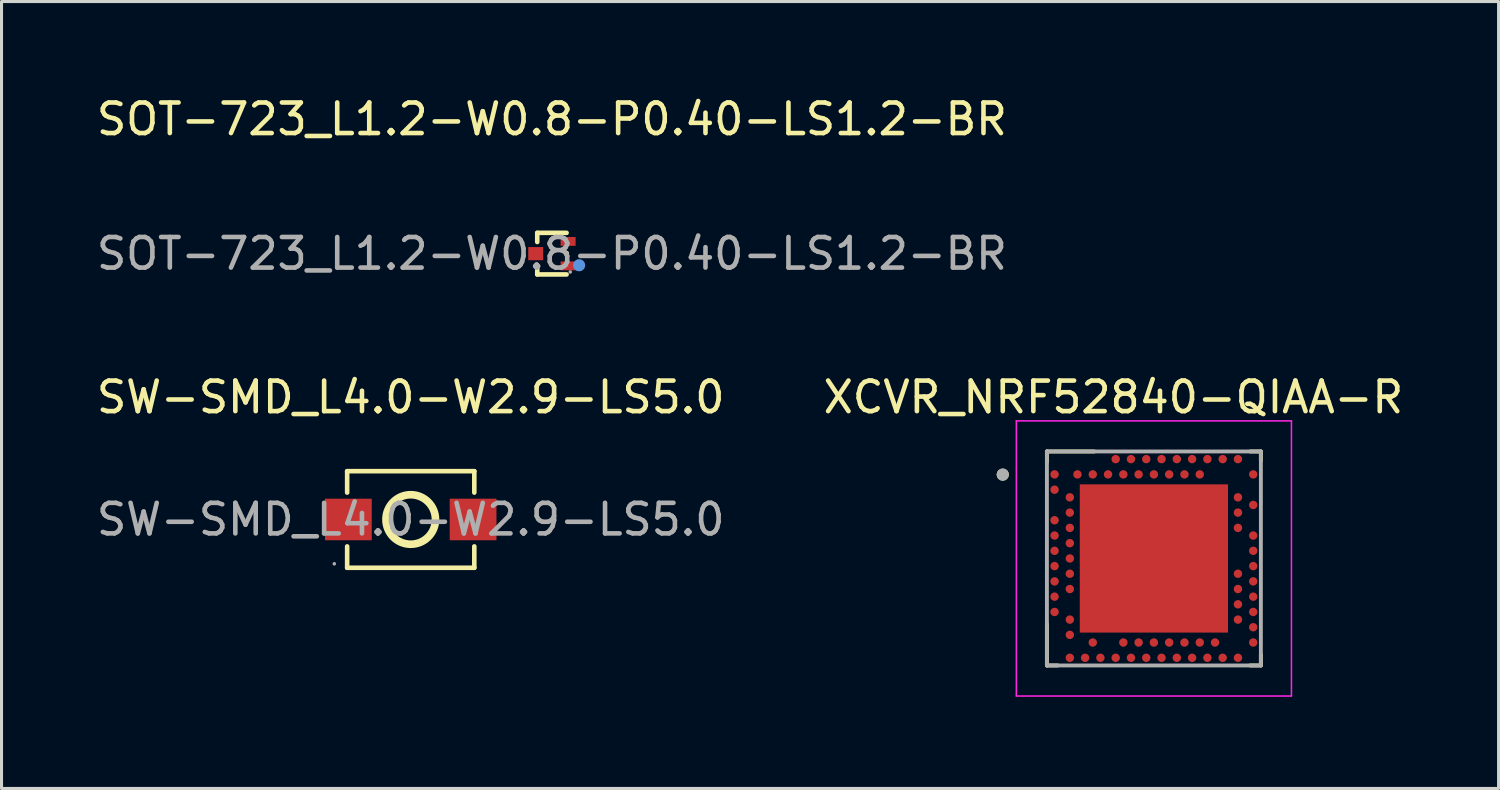
<source format=kicad_pcb>
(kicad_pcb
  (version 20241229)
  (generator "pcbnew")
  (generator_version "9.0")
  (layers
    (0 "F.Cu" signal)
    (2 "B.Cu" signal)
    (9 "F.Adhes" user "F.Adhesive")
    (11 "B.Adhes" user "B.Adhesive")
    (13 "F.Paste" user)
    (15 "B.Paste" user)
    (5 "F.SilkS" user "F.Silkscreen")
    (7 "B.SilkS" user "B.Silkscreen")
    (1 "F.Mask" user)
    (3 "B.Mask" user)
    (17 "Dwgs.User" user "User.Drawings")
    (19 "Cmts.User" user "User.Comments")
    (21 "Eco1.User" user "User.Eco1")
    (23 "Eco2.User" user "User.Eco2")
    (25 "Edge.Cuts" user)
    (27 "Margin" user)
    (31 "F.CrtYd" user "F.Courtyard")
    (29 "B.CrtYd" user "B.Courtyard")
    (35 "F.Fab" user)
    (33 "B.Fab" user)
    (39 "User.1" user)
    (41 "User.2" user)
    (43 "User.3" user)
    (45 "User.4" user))
  (footprint "SOT-723_L1.2-W0.8-P0.40-LS1.2-BR"
    (layer "F.Cu")
    (at 15.006 5.248)
    (property "Reference" "SOT-723_L1.2-W0.8-P0.40-LS1.2-BR" (at 0 -4.4 0) (layer "F.SilkS") (effects (font (size 1 1) (thickness 0.15))))
    (attr smd)
    (fp_line (start -0.48 -0.68) (end -0.48 -0.38) (stroke (width 0.15) (type solid)) (layer "F.SilkS"))
    (fp_line (start -0.48 0.68) (end -0.48 0.38) (stroke (width 0.15) (type solid)) (layer "F.SilkS"))
    (fp_line (start 0.48 -0.68) (end -0.48 -0.68) (stroke (width 0.15) (type solid)) (layer "F.SilkS"))
    (fp_line (start 0.48 -0.02) (end 0.48 0.02) (stroke (width 0.15) (type solid)) (layer "F.SilkS"))
    (fp_line (start 0.48 0.68) (end -0.48 0.68) (stroke (width 0.15) (type solid)) (layer "F.SilkS"))
    (fp_circle (center 0.89 0.38) (end 0.99 0.38) (stroke (width 0.2) (type solid)) (fill no) (layer "Cmts.User"))
    (fp_circle (center 0.6 0.6) (end 0.63 0.6) (stroke (width 0.06) (type solid)) (fill no) (layer "F.Fab"))
    (fp_text user "${REFERENCE}" (at 0 0 0) (layer "F.Fab") (effects (font (size 1 1) (thickness 0.15))))
    (pad "1" smd rect (at 0.53 0.4) (size 0.49 0.29) (layers "F.Cu" "F.Mask" "F.Paste"))
    (pad "2" smd rect (at 0.53 -0.4) (size 0.49 0.29) (layers "F.Cu" "F.Mask" "F.Paste"))
    (pad "3" smd rect (at -0.53 0) (size 0.49 0.43) (layers "F.Cu" "F.Mask" "F.Paste")))
  (footprint "SW-SMD_L4.0-W2.9-LS5.0"
    (layer "F.Cu")
    (at 10.387 13.945)
    (property "Reference" "SW-SMD_L4.0-W2.9-LS5.0" (at 0 -4 0) (layer "F.SilkS") (effects (font (size 1 1) (thickness 0.15))))
    (attr smd)
    (fp_line (start -2.08 -1.58) (end -2.08 -0.88) (stroke (width 0.15) (type solid)) (layer "F.SilkS"))
    (fp_line (start -2.08 1.58) (end -2.08 0.88) (stroke (width 0.15) (type solid)) (layer "F.SilkS"))
    (fp_line (start 2.08 -1.58) (end -2.08 -1.58) (stroke (width 0.15) (type solid)) (layer "F.SilkS"))
    (fp_line (start 2.08 -1.58) (end 2.08 -0.88) (stroke (width 0.15) (type solid)) (layer "F.SilkS"))
    (fp_line (start 2.08 1.58) (end -2.08 1.58) (stroke (width 0.15) (type solid)) (layer "F.SilkS"))
    (fp_line (start 2.08 1.58) (end 2.08 0.88) (stroke (width 0.15) (type solid)) (layer "F.SilkS"))
    (fp_circle (center 0 0) (end 0.81 0) (stroke (width 0.25) (type solid)) (fill no) (layer "F.SilkS"))
    (fp_circle (center -2.5 1.45) (end -2.47 1.45) (stroke (width 0.06) (type solid)) (fill no) (layer "F.Fab"))
    (fp_text user "${REFERENCE}" (at 0 0 0) (layer "F.Fab") (effects (font (size 1 1) (thickness 0.15))))
    (pad "1" smd rect (at -2.04 0) (size 1.53 1.36) (layers "F.Cu" "F.Mask" "F.Paste"))
    (pad "2" smd rect (at 2.04 0) (size 1.53 1.36) (layers "F.Cu" "F.Mask" "F.Paste")))
  (footprint "XCVR_NRF52840-QIAA-R"
    (layer "F.Cu")
    (at 34.7 15.22)
    (property "Reference" "XCVR_NRF52840-QIAA-R" (at -1.325 -5.275 0) (layer "F.SilkS") (effects (font (size 1 1) (thickness 0.15))))
    (attr smd)
    (fp_line (start -3.5 -3.5) (end -1.95 -3.5) (stroke (width 0.127) (type solid)) (layer "F.SilkS"))
    (fp_line (start -3.5 -3.15) (end -3.5 -3.5) (stroke (width 0.127) (type solid)) (layer "F.SilkS"))
    (fp_line (start -3.5 3.5) (end -3.5 2.15) (stroke (width 0.127) (type solid)) (layer "F.SilkS"))
    (fp_line (start -3.15 3.5) (end -3.5 3.5) (stroke (width 0.127) (type solid)) (layer "F.SilkS"))
    (fp_line (start 3.15 -3.5) (end 3.5 -3.5) (stroke (width 0.127) (type solid)) (layer "F.SilkS"))
    (fp_line (start 3.5 -3.5) (end 3.5 -3.2) (stroke (width 0.127) (type solid)) (layer "F.SilkS"))
    (fp_line (start 3.5 3.15) (end 3.5 3.5) (stroke (width 0.127) (type solid)) (layer "F.SilkS"))
    (fp_line (start 3.5 3.5) (end 3.15 3.5) (stroke (width 0.127) (type solid)) (layer "F.SilkS"))
    (fp_circle (center -4.945 -2.743) (end -4.845 -2.743) (stroke (width 0.2) (type solid)) (fill no) (layer "F.SilkS"))
    (fp_poly (pts (xy -2.075 -2.075) (xy -0.355 -2.075) (xy -0.355 -0.355) (xy -2.075 -0.355)) (stroke (width 0.01) (type solid)) (fill yes) (layer "F.Paste"))
    (fp_poly (pts (xy -2.075 0.355) (xy -0.355 0.355) (xy -0.355 2.075) (xy -2.075 2.075)) (stroke (width 0.01) (type solid)) (fill yes) (layer "F.Paste"))
    (fp_poly (pts (xy 0.355 -2.075) (xy 2.075 -2.075) (xy 2.075 -0.355) (xy 0.355 -0.355)) (stroke (width 0.01) (type solid)) (fill yes) (layer "F.Paste"))
    (fp_poly (pts (xy 0.355 0.355) (xy 2.075 0.355) (xy 2.075 2.075) (xy 0.355 2.075)) (stroke (width 0.01) (type solid)) (fill yes) (layer "F.Paste"))
    (fp_line (start -4.5 -4.5) (end -4.5 4.5) (stroke (width 0.05) (type solid)) (layer "F.CrtYd"))
    (fp_line (start -4.5 4.5) (end 4.5 4.5) (stroke (width 0.05) (type solid)) (layer "F.CrtYd"))
    (fp_line (start 4.5 -4.5) (end -4.5 -4.5) (stroke (width 0.05) (type solid)) (layer "F.CrtYd"))
    (fp_line (start 4.5 4.5) (end 4.5 -4.5) (stroke (width 0.05) (type solid)) (layer "F.CrtYd"))
    (fp_line (start -3.5 -3.5) (end 3.5 -3.5) (stroke (width 0.127) (type solid)) (layer "F.Fab"))
    (fp_line (start -3.5 3.5) (end -3.5 -3.5) (stroke (width 0.127) (type solid)) (layer "F.Fab"))
    (fp_line (start 3.5 -3.5) (end 3.5 3.5) (stroke (width 0.127) (type solid)) (layer "F.Fab"))
    (fp_line (start 3.5 3.5) (end -3.5 3.5) (stroke (width 0.127) (type solid)) (layer "F.Fab"))
    (fp_circle (center -4.945 -2.743) (end -4.845 -2.743) (stroke (width 0.2) (type solid)) (fill no) (layer "F.Fab"))
    (pad "74" smd rect (at 0 0) (size 4.85 4.85) (layers "F.Cu" "F.Mask"))
    (pad "A8" smd circle (at -1.25 -3.25) (size 0.275 0.275) (layers "F.Cu" "F.Mask" "F.Paste"))
    (pad "A10" smd circle (at -0.75 -3.25) (size 0.275 0.275) (layers "F.Cu" "F.Mask" "F.Paste"))
    (pad "A12" smd circle (at -0.25 -3.25) (size 0.275 0.275) (layers "F.Cu" "F.Mask" "F.Paste"))
    (pad "A14" smd circle (at 0.25 -3.25) (size 0.275 0.275) (layers "F.Cu" "F.Mask" "F.Paste"))
    (pad "A16" smd circle (at 0.75 -3.25) (size 0.275 0.275) (layers "F.Cu" "F.Mask" "F.Paste"))
    (pad "A18" smd circle (at 1.25 -3.25) (size 0.275 0.275) (layers "F.Cu" "F.Mask" "F.Paste"))
    (pad "A20" smd circle (at 1.75 -3.25) (size 0.275 0.275) (layers "F.Cu" "F.Mask" "F.Paste"))
    (pad "A22" smd circle (at 2.25 -3.25) (size 0.275 0.275) (layers "F.Cu" "F.Mask" "F.Paste"))
    (pad "A23" smd circle (at 2.75 -3.25) (size 0.275 0.275) (layers "F.Cu" "F.Mask" "F.Paste"))
    (pad "AA24" smd circle (at 3.25 2.25) (size 0.275 0.275) (layers "F.Cu" "F.Mask" "F.Paste"))
    (pad "AB2" smd circle (at -2.75 2.5) (size 0.275 0.275) (layers "F.Cu" "F.Mask" "F.Paste"))
    (pad "AC5" smd circle (at -2 2.75) (size 0.275 0.275) (layers "F.Cu" "F.Mask" "F.Paste"))
    (pad "AC9" smd circle (at -1 2.75) (size 0.275 0.275) (layers "F.Cu" "F.Mask" "F.Paste"))
    (pad "AC11" smd circle (at -0.5 2.75) (size 0.275 0.275) (layers "F.Cu" "F.Mask" "F.Paste"))
    (pad "AC13" smd circle (at 0 2.75) (size 0.275 0.275) (layers "F.Cu" "F.Mask" "F.Paste"))
    (pad "AC15" smd circle (at 0.5 2.75) (size 0.275 0.275) (layers "F.Cu" "F.Mask" "F.Paste"))
    (pad "AC17" smd circle (at 1 2.75) (size 0.275 0.275) (layers "F.Cu" "F.Mask" "F.Paste"))
    (pad "AC19" smd circle (at 1.5 2.75) (size 0.275 0.275) (layers "F.Cu" "F.Mask" "F.Paste"))
    (pad "AC21" smd circle (at 2 2.75) (size 0.275 0.275) (layers "F.Cu" "F.Mask" "F.Paste"))
    (pad "AC24" smd circle (at 3.25 2.75) (size 0.275 0.275) (layers "F.Cu" "F.Mask" "F.Paste"))
    (pad "AD2" smd circle (at -2.75 3.25) (size 0.275 0.275) (layers "F.Cu" "F.Mask" "F.Paste"))
    (pad "AD4" smd circle (at -2.25 3.25) (size 0.275 0.275) (layers "F.Cu" "F.Mask" "F.Paste"))
    (pad "AD6" smd circle (at -1.75 3.25) (size 0.275 0.275) (layers "F.Cu" "F.Mask" "F.Paste"))
    (pad "AD8" smd circle (at -1.25 3.25) (size 0.275 0.275) (layers "F.Cu" "F.Mask" "F.Paste"))
    (pad "AD10" smd circle (at -0.75 3.25) (size 0.275 0.275) (layers "F.Cu" "F.Mask" "F.Paste"))
    (pad "AD12" smd circle (at -0.25 3.25) (size 0.275 0.275) (layers "F.Cu" "F.Mask" "F.Paste"))
    (pad "AD14" smd circle (at 0.25 3.25) (size 0.275 0.275) (layers "F.Cu" "F.Mask" "F.Paste"))
    (pad "AD16" smd circle (at 0.75 3.25) (size 0.275 0.275) (layers "F.Cu" "F.Mask" "F.Paste"))
    (pad "AD18" smd circle (at 1.25 3.25) (size 0.275 0.275) (layers "F.Cu" "F.Mask" "F.Paste"))
    (pad "AD20" smd circle (at 1.75 3.25) (size 0.275 0.275) (layers "F.Cu" "F.Mask" "F.Paste"))
    (pad "AD22" smd circle (at 2.25 3.25) (size 0.275 0.275) (layers "F.Cu" "F.Mask" "F.Paste"))
    (pad "AD23" smd circle (at 2.75 3.25) (size 0.275 0.275) (layers "F.Cu" "F.Mask" "F.Paste"))
    (pad "B1" smd circle (at -3.25 -2.75) (size 0.275 0.275) (layers "F.Cu" "F.Mask" "F.Paste"))
    (pad "B3" smd circle (at -2.5 -2.75) (size 0.275 0.275) (layers "F.Cu" "F.Mask" "F.Paste"))
    (pad "B5" smd circle (at -2 -2.75) (size 0.275 0.275) (layers "F.Cu" "F.Mask" "F.Paste"))
    (pad "B7" smd circle (at -1.5 -2.75) (size 0.275 0.275) (layers "F.Cu" "F.Mask" "F.Paste"))
    (pad "B9" smd circle (at -1 -2.75) (size 0.275 0.275) (layers "F.Cu" "F.Mask" "F.Paste"))
    (pad "B11" smd circle (at -0.5 -2.75) (size 0.275 0.275) (layers "F.Cu" "F.Mask" "F.Paste"))
    (pad "B13" smd circle (at 0 -2.75) (size 0.275 0.275) (layers "F.Cu" "F.Mask" "F.Paste"))
    (pad "B15" smd circle (at 0.5 -2.75) (size 0.275 0.275) (layers "F.Cu" "F.Mask" "F.Paste"))
    (pad "B17" smd circle (at 1 -2.75) (size 0.275 0.275) (layers "F.Cu" "F.Mask" "F.Paste"))
    (pad "B19" smd circle (at 1.5 -2.75) (size 0.275 0.275) (layers "F.Cu" "F.Mask" "F.Paste"))
    (pad "B24" smd circle (at 3.25 -2.75) (size 0.275 0.275) (layers "F.Cu" "F.Mask" "F.Paste"))
    (pad "C1" smd circle (at -3.25 -2.25) (size 0.275 0.275) (layers "F.Cu" "F.Mask" "F.Paste"))
    (pad "D2" smd circle (at -2.75 -2) (size 0.275 0.275) (layers "F.Cu" "F.Mask" "F.Paste"))
    (pad "D23" smd circle (at 2.75 -2) (size 0.275 0.275) (layers "F.Cu" "F.Mask" "F.Paste"))
    (pad "E24" smd circle (at 3.25 -1.75) (size 0.275 0.275) (layers "F.Cu" "F.Mask" "F.Paste"))
    (pad "F2" smd circle (at -2.75 -1.5) (size 0.275 0.275) (layers "F.Cu" "F.Mask" "F.Paste"))
    (pad "F23" smd circle (at 2.75 -1.5) (size 0.275 0.275) (layers "F.Cu" "F.Mask" "F.Paste"))
    (pad "G1" smd circle (at -3.25 -1.25) (size 0.275 0.275) (layers "F.Cu" "F.Mask" "F.Paste"))
    (pad "H2" smd circle (at -2.75 -1) (size 0.275 0.275) (layers "F.Cu" "F.Mask" "F.Paste"))
    (pad "H23" smd circle (at 2.75 -1) (size 0.275 0.275) (layers "F.Cu" "F.Mask" "F.Paste"))
    (pad "J1" smd circle (at -3.25 -0.75) (size 0.275 0.275) (layers "F.Cu" "F.Mask" "F.Paste"))
    (pad "J24" smd circle (at 3.25 -0.75) (size 0.275 0.275) (layers "F.Cu" "F.Mask" "F.Paste"))
    (pad "K2" smd circle (at -2.75 -0.5) (size 0.275 0.275) (layers "F.Cu" "F.Mask" "F.Paste"))
    (pad "L1" smd circle (at -3.25 -0.25) (size 0.275 0.275) (layers "F.Cu" "F.Mask" "F.Paste"))
    (pad "L24" smd circle (at 3.25 -0.25) (size 0.275 0.275) (layers "F.Cu" "F.Mask" "F.Paste"))
    (pad "M2" smd circle (at -2.75 0) (size 0.275 0.275) (layers "F.Cu" "F.Mask" "F.Paste"))
    (pad "N1" smd circle (at -3.25 0.25) (size 0.275 0.275) (layers "F.Cu" "F.Mask" "F.Paste"))
    (pad "N24" smd circle (at 3.25 0.25) (size 0.275 0.275) (layers "F.Cu" "F.Mask" "F.Paste"))
    (pad "P2" smd circle (at -2.75 0.5) (size 0.275 0.275) (layers "F.Cu" "F.Mask" "F.Paste"))
    (pad "P23" smd circle (at 2.75 0.5) (size 0.275 0.275) (layers "F.Cu" "F.Mask" "F.Paste"))
    (pad "R1" smd circle (at -3.25 0.75) (size 0.275 0.275) (layers "F.Cu" "F.Mask" "F.Paste"))
    (pad "R24" smd circle (at 3.25 0.75) (size 0.275 0.275) (layers "F.Cu" "F.Mask" "F.Paste"))
    (pad "T2" smd circle (at -2.75 1) (size 0.275 0.275) (layers "F.Cu" "F.Mask" "F.Paste"))
    (pad "T23" smd circle (at 2.75 1) (size 0.275 0.275) (layers "F.Cu" "F.Mask" "F.Paste"))
    (pad "U1" smd circle (at -3.25 1.25) (size 0.275 0.275) (layers "F.Cu" "F.Mask" "F.Paste"))
    (pad "U24" smd circle (at 3.25 1.25) (size 0.275 0.275) (layers "F.Cu" "F.Mask" "F.Paste"))
    (pad "V23" smd circle (at 2.75 1.5) (size 0.275 0.275) (layers "F.Cu" "F.Mask" "F.Paste"))
    (pad "W1" smd circle (at -3.25 1.75) (size 0.275 0.275) (layers "F.Cu" "F.Mask" "F.Paste"))
    (pad "W24" smd circle (at 3.25 1.75) (size 0.275 0.275) (layers "F.Cu" "F.Mask" "F.Paste"))
    (pad "Y2" smd circle (at -2.75 2) (size 0.275 0.275) (layers "F.Cu" "F.Mask" "F.Paste"))
    (pad "Y23" smd circle (at 2.75 2) (size 0.275 0.275) (layers "F.Cu" "F.Mask" "F.Paste")))
  (gr_rect
    (start -3 -3)
    (end 45.976 22.745)
    (stroke (width 0.1) (type default))
    (fill no)
    (layer "Edge.Cuts")))
</source>
